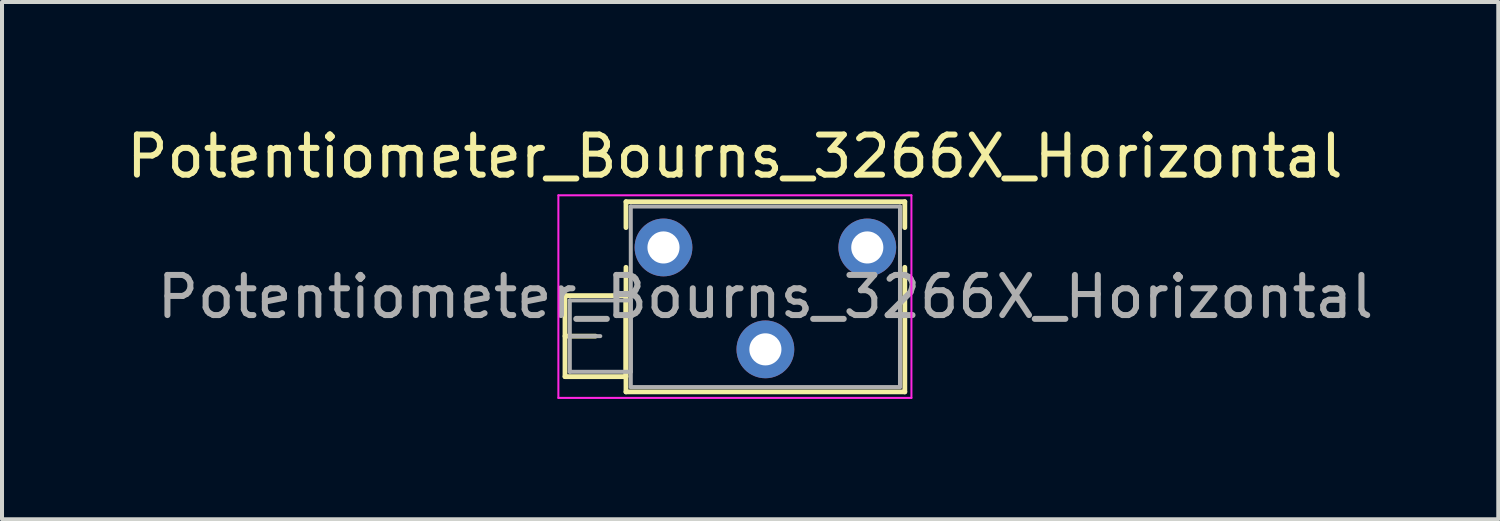
<source format=kicad_pcb>
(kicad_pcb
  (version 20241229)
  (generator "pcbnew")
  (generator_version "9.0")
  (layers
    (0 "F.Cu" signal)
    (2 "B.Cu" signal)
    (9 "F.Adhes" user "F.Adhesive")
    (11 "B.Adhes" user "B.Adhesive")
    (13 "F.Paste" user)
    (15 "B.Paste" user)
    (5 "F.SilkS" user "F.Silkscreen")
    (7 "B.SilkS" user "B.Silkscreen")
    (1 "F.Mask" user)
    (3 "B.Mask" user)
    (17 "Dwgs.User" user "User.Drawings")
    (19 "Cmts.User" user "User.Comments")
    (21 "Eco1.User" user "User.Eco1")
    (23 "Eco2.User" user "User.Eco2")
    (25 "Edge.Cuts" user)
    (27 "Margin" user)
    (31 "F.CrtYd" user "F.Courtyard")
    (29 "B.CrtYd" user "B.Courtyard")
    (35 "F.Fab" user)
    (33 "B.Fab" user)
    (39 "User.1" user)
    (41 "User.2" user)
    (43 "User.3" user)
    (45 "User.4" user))
  (footprint "Potentiometer_Bourns_3266X_Horizontal"
    (layer "F.Cu")
    (at 18.568 3.118)
    (property "Reference" "Potentiometer_Bourns_3266X_Horizontal" (at -3.3 -2.27 0) (layer "F.SilkS") (effects (font (size 1 1) (thickness 0.15))))
    (attr through_hole)
    (fp_line (start -7.535 1.2) (end -7.535 3.22) (stroke (width 0.12) (type solid)) (layer "F.SilkS"))
    (fp_line (start -7.535 1.2) (end -6.016 1.2) (stroke (width 0.12) (type solid)) (layer "F.SilkS"))
    (fp_line (start -7.535 2.21) (end -6.776 2.21) (stroke (width 0.12) (type solid)) (layer "F.SilkS"))
    (fp_line (start -7.535 3.22) (end -6.016 3.22) (stroke (width 0.12) (type solid)) (layer "F.SilkS"))
    (fp_line (start -6.016 1.2) (end -6.016 3.22) (stroke (width 0.12) (type solid)) (layer "F.SilkS"))
    (fp_line (start -6.015 -1.14) (end -6.015 -0.495) (stroke (width 0.12) (type solid)) (layer "F.SilkS"))
    (fp_line (start -6.015 -1.14) (end 0.935 -1.14) (stroke (width 0.12) (type solid)) (layer "F.SilkS"))
    (fp_line (start -6.015 0.495) (end -6.015 3.6) (stroke (width 0.12) (type solid)) (layer "F.SilkS"))
    (fp_line (start -6.015 3.6) (end 0.935 3.6) (stroke (width 0.12) (type solid)) (layer "F.SilkS"))
    (fp_line (start 0.935 -1.14) (end 0.935 -0.495) (stroke (width 0.12) (type solid)) (layer "F.SilkS"))
    (fp_line (start 0.935 0.495) (end 0.935 3.6) (stroke (width 0.12) (type solid)) (layer "F.SilkS"))
    (fp_line (start -7.7 -1.3) (end -7.7 3.75) (stroke (width 0.05) (type solid)) (layer "F.CrtYd"))
    (fp_line (start -7.7 3.75) (end 1.1 3.75) (stroke (width 0.05) (type solid)) (layer "F.CrtYd"))
    (fp_line (start 1.1 -1.3) (end -7.7 -1.3) (stroke (width 0.05) (type solid)) (layer "F.CrtYd"))
    (fp_line (start 1.1 3.75) (end 1.1 -1.3) (stroke (width 0.05) (type solid)) (layer "F.CrtYd"))
    (fp_line (start -7.415 1.32) (end -7.415 3.1) (stroke (width 0.1) (type solid)) (layer "F.Fab"))
    (fp_line (start -7.415 2.21) (end -6.655 2.21) (stroke (width 0.1) (type solid)) (layer "F.Fab"))
    (fp_line (start -7.415 3.1) (end -5.895 3.1) (stroke (width 0.1) (type solid)) (layer "F.Fab"))
    (fp_line (start -5.895 -1.02) (end -5.895 3.48) (stroke (width 0.1) (type solid)) (layer "F.Fab"))
    (fp_line (start -5.895 1.32) (end -7.415 1.32) (stroke (width 0.1) (type solid)) (layer "F.Fab"))
    (fp_line (start -5.895 3.1) (end -5.895 1.32) (stroke (width 0.1) (type solid)) (layer "F.Fab"))
    (fp_line (start -5.895 3.48) (end 0.815 3.48) (stroke (width 0.1) (type solid)) (layer "F.Fab"))
    (fp_line (start 0.815 -1.02) (end -5.895 -1.02) (stroke (width 0.1) (type solid)) (layer "F.Fab"))
    (fp_line (start 0.815 3.48) (end 0.815 -1.02) (stroke (width 0.1) (type solid)) (layer "F.Fab"))
    (fp_text user "${REFERENCE}" (at -2.54 1.23 0) (layer "F.Fab") (effects (font (size 1 1) (thickness 0.15))))
    (pad "1" thru_hole circle (at 0 0) (size 1.44 1.44) (drill 0.8) (layers "*.Cu" "*.Mask"))
    (pad "2" thru_hole circle (at -2.54 2.54) (size 1.44 1.44) (drill 0.8) (layers "*.Cu" "*.Mask"))
    (pad "3" thru_hole circle (at -5.08 0) (size 1.44 1.44) (drill 0.8) (layers "*.Cu" "*.Mask")))
  (gr_rect
    (start -3 -3)
    (end 34.296 9.893)
    (stroke (width 0.1) (type default))
    (fill no)
    (layer "Edge.Cuts")))
</source>
